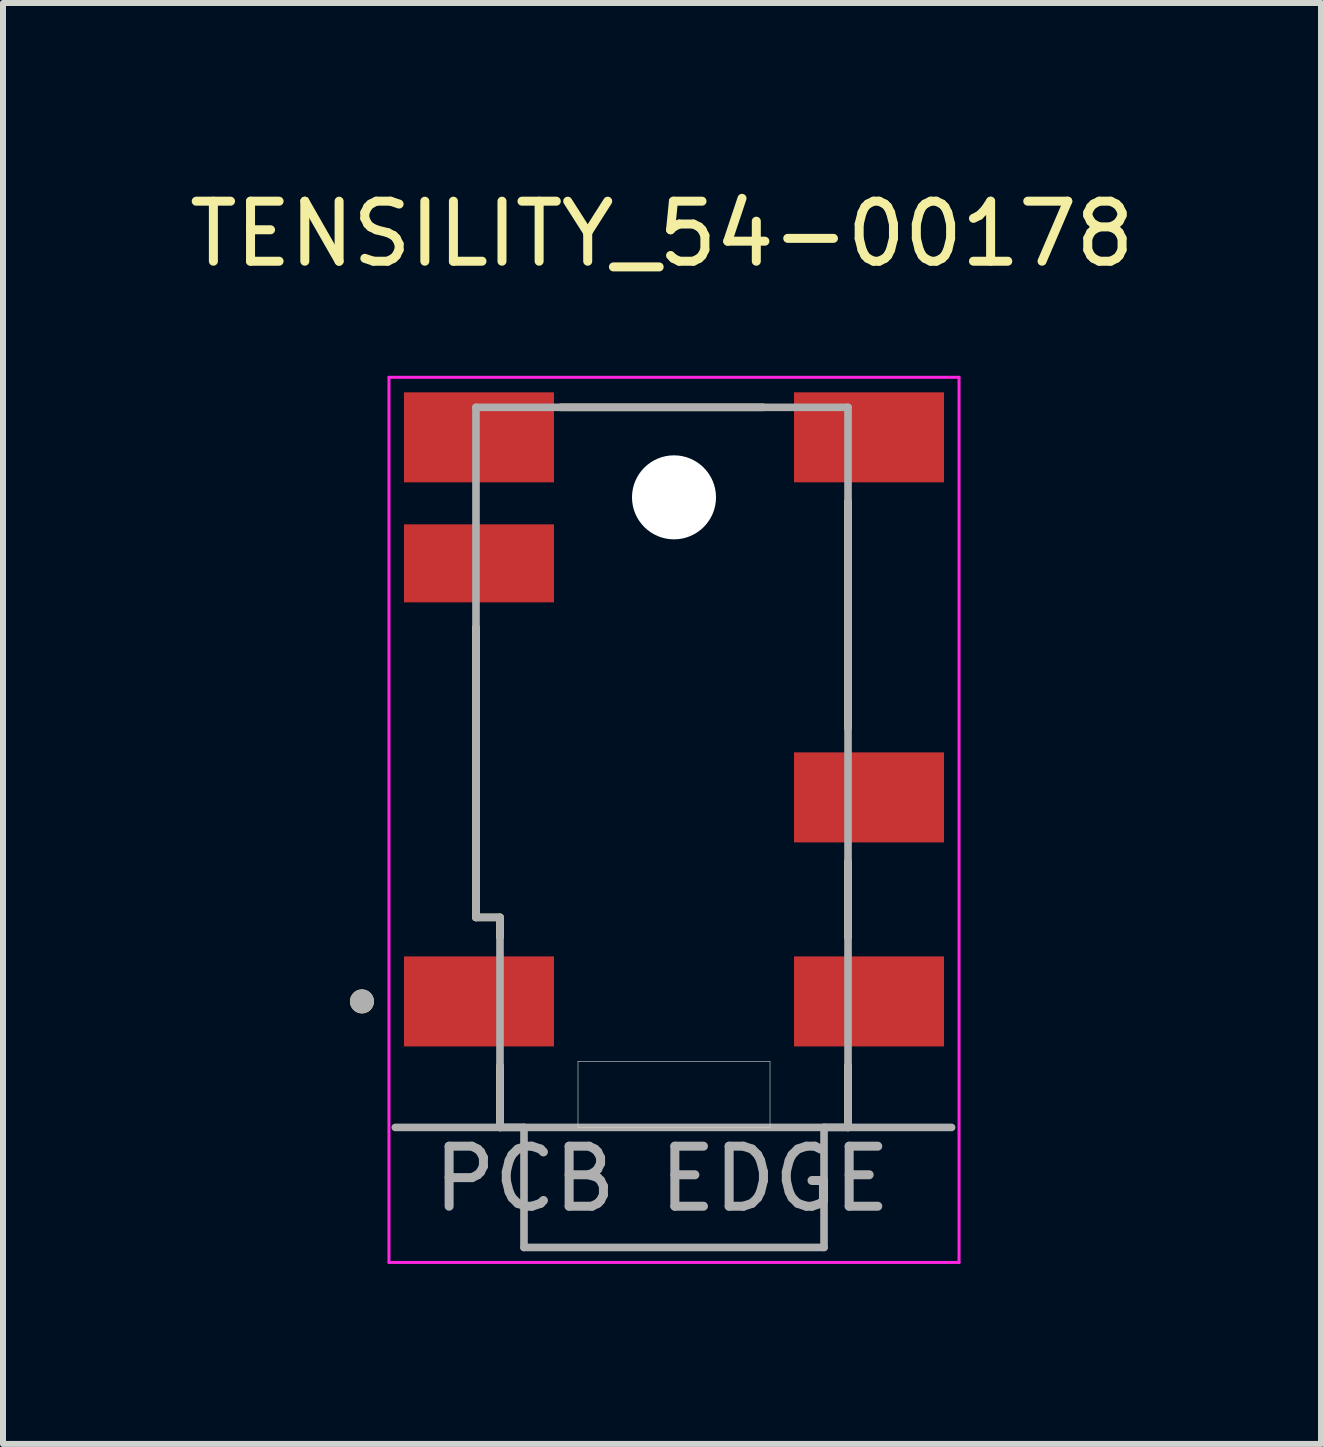
<source format=kicad_pcb>
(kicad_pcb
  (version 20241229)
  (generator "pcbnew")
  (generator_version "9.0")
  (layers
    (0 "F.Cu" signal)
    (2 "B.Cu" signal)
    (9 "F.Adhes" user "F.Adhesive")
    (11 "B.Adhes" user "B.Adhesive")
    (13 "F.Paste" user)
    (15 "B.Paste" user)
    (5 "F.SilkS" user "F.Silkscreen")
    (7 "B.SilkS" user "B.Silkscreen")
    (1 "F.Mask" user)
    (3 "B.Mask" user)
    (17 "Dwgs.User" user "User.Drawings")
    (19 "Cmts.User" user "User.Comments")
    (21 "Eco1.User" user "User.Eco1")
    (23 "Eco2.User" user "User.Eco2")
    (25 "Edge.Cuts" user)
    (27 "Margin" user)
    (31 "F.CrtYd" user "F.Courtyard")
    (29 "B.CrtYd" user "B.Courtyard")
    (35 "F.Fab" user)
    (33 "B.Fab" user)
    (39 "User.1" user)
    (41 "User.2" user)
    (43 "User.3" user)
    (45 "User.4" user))
  (footprint "TENSILITY_54-00178"
    (layer "F.Cu")
    (at 7.982 9.738)
    (property "Reference" "TENSILITY_54-00178" (at 0 -8.89 0) (layer "F.SilkS") (effects (font (size 1 1) (thickness 0.15))))
    (attr smd)
    (fp_line (start -3.1 -2.33) (end -3.1 2.5) (stroke (width 0.127) (type solid)) (layer "F.SilkS"))
    (fp_line (start -3.1 2.5) (end -2.7 2.5) (stroke (width 0.127) (type solid)) (layer "F.SilkS"))
    (fp_line (start -2.7 2.5) (end -2.7 2.83) (stroke (width 0.127) (type solid)) (layer "F.SilkS"))
    (fp_line (start -2.7 6) (end -2.7 4.97) (stroke (width 0.127) (type solid)) (layer "F.SilkS"))
    (fp_line (start -1.685 -6) (end 1.685 -6) (stroke (width 0.127) (type solid)) (layer "F.SilkS"))
    (fp_line (start 3.1 -0.656) (end 3.1 -4.43) (stroke (width 0.127) (type solid)) (layer "F.SilkS"))
    (fp_line (start 3.1 2.835) (end 3.1 1.57) (stroke (width 0.127) (type solid)) (layer "F.SilkS"))
    (fp_line (start 3.1 6) (end 3.1 4.97) (stroke (width 0.127) (type solid)) (layer "F.SilkS"))
    (fp_circle (center -5 3.9) (end -4.9 3.9) (stroke (width 0.2) (type solid)) (fill no) (layer "F.SilkS"))
    (fp_line (start -1.4 4.9) (end 1.8 4.9) (stroke (width 0.01) (type solid)) (layer "Edge.Cuts"))
    (fp_line (start -1.4 6) (end -1.4 4.9) (stroke (width 0.01) (type solid)) (layer "Edge.Cuts"))
    (fp_line (start 1.8 4.9) (end 1.8 6) (stroke (width 0.01) (type solid)) (layer "Edge.Cuts"))
    (fp_line (start 1.8 6) (end -1.4 6) (stroke (width 0.01) (type solid)) (layer "Edge.Cuts"))
    (fp_line (start -4.55 -6.5) (end -4.55 8.25) (stroke (width 0.05) (type solid)) (layer "F.CrtYd"))
    (fp_line (start -4.55 8.25) (end 4.95 8.25) (stroke (width 0.05) (type solid)) (layer "F.CrtYd"))
    (fp_line (start 4.95 -6.5) (end -4.55 -6.5) (stroke (width 0.05) (type solid)) (layer "F.CrtYd"))
    (fp_line (start 4.95 8.25) (end 4.95 -6.5) (stroke (width 0.05) (type solid)) (layer "F.CrtYd"))
    (fp_line (start -4.445 6) (end 4.826 6) (stroke (width 0.127) (type solid)) (layer "F.Fab"))
    (fp_line (start -3.1 -6) (end 3.1 -6) (stroke (width 0.127) (type solid)) (layer "F.Fab"))
    (fp_line (start -3.1 2.5) (end -3.1 -6) (stroke (width 0.127) (type solid)) (layer "F.Fab"))
    (fp_line (start -2.7 2.5) (end -3.1 2.5) (stroke (width 0.127) (type solid)) (layer "F.Fab"))
    (fp_line (start -2.7 6) (end -2.7 2.5) (stroke (width 0.127) (type solid)) (layer "F.Fab"))
    (fp_line (start -2.3 6) (end -2.7 6) (stroke (width 0.127) (type solid)) (layer "F.Fab"))
    (fp_line (start -2.3 8) (end -2.3 6) (stroke (width 0.127) (type solid)) (layer "F.Fab"))
    (fp_line (start 2.7 6) (end 2.7 8) (stroke (width 0.127) (type solid)) (layer "F.Fab"))
    (fp_line (start 2.7 8) (end -2.3 8) (stroke (width 0.127) (type solid)) (layer "F.Fab"))
    (fp_line (start 3.1 -6) (end 3.1 6) (stroke (width 0.127) (type solid)) (layer "F.Fab"))
    (fp_line (start 3.1 6) (end 2.7 6) (stroke (width 0.127) (type solid)) (layer "F.Fab"))
    (fp_circle (center -5 3.9) (end -4.9 3.9) (stroke (width 0.2) (type solid)) (fill no) (layer "F.Fab"))
    (fp_text user "PCB EDGE" (at 0 6.858 0) (layer "F.Fab") (effects (font (size 1 1) (thickness 0.15))))
    (pad "" np_thru_hole circle (at 0.2 -4.5) (size 1.4 1.4) (drill 1.4) (layers "*.Cu" "*.Mask"))
    (pad "1" smd rect (at -3.05 3.9) (size 2.5 1.5) (layers "F.Cu" "F.Mask" "F.Paste"))
    (pad "2" smd rect (at 3.45 3.9) (size 2.5 1.5) (layers "F.Cu" "F.Mask" "F.Paste"))
    (pad "3" smd rect (at 3.45 0.5) (size 2.5 1.5) (layers "F.Cu" "F.Mask" "F.Paste"))
    (pad "4" smd rect (at 3.45 -5.5) (size 2.5 1.5) (layers "F.Cu" "F.Mask" "F.Paste"))
    (pad "5" smd rect (at -3.05 -5.5) (size 2.5 1.5) (layers "F.Cu" "F.Mask" "F.Paste"))
    (pad "6" smd rect (at -3.05 -3.4) (size 2.5 1.3) (layers "F.Cu" "F.Mask" "F.Paste")))
  (gr_rect
    (start -3 -3)
    (end 18.964 21.013)
    (stroke (width 0.1) (type default))
    (fill no)
    (layer "Edge.Cuts")))
</source>
